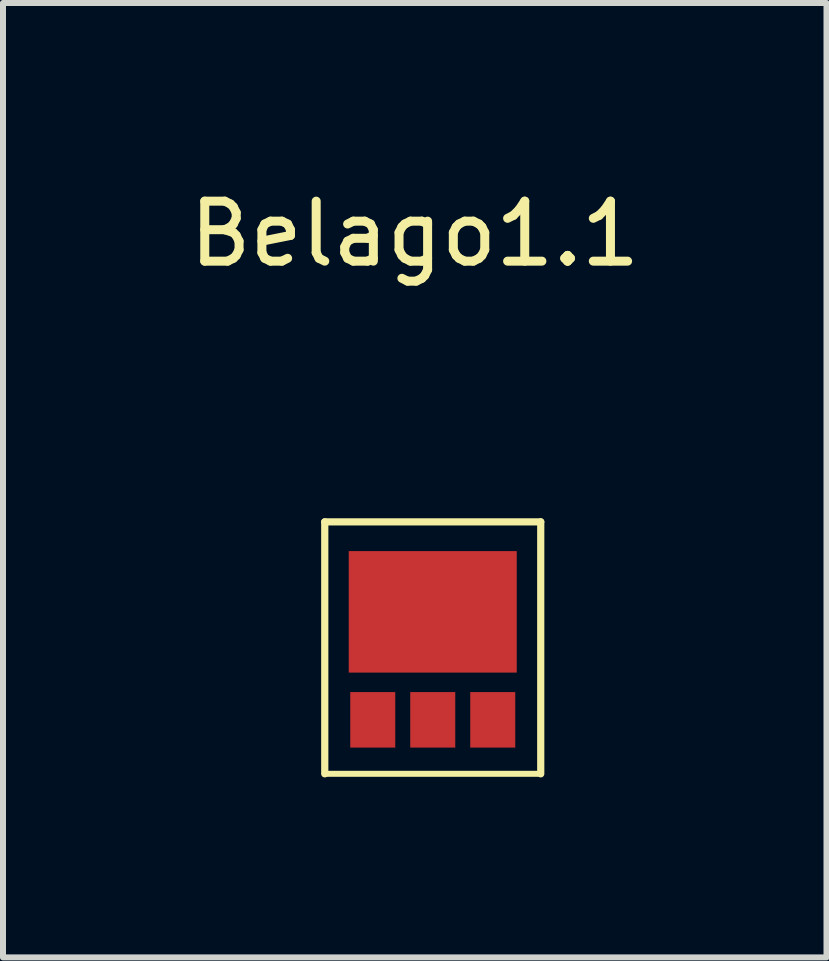
<source format=kicad_pcb>
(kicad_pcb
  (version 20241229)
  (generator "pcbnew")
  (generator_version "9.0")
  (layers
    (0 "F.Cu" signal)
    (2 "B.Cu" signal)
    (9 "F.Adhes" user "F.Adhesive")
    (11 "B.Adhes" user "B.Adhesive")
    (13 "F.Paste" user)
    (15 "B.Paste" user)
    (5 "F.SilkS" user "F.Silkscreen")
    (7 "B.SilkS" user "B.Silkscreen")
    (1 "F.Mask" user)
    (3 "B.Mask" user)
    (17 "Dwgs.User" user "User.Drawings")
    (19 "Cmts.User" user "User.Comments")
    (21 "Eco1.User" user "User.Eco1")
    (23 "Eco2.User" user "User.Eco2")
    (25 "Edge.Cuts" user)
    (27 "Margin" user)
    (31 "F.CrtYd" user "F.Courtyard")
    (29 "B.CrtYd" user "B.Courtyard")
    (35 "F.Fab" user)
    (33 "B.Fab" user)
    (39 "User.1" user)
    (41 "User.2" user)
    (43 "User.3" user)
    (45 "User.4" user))
  (footprint "Belago1.1"
    (layer "F.Cu")
    (at 4.163 7.748)
    (property "Reference" "Belago1.1" (at -0.3 -6.9 0) (unlocked yes) (layer "F.SilkS") (effects (font (size 1 1) (thickness 0.15))))
    (fp_line (start -1.8 -2.1) (end 1.8 -2.1) (stroke (width 0.12) (type solid)) (layer "F.SilkS"))
    (fp_line (start -1.8 2.1) (end -1.8 -2.1) (stroke (width 0.12) (type solid)) (layer "F.SilkS"))
    (fp_line (start -1.8 2.1) (end 1.8 2.1) (stroke (width 0.1) (type solid)) (layer "F.SilkS"))
    (fp_line (start 1.8 2.1) (end 1.8 -2.1) (stroke (width 0.12) (type solid)) (layer "F.SilkS"))
    (pad "1" smd rect (at -1 1.2) (size 0.75 0.925) (layers "F.Cu" "F.Mask" "F.Paste"))
    (pad "2" smd rect (at 0 1.2) (size 0.75 0.925) (layers "F.Cu" "F.Mask" "F.Paste"))
    (pad "3" smd rect (at 1 1.2) (size 0.75 0.925) (layers "F.Cu" "F.Mask" "F.Paste"))
    (pad "4" smd rect (at 0 -0.6) (size 2.8 2.025) (layers "F.Cu" "F.Mask" "F.Paste")))
  (gr_rect
    (start -3 -3)
    (end 10.726 12.908)
    (stroke (width 0.1) (type default))
    (fill no)
    (layer "Edge.Cuts")))
</source>
